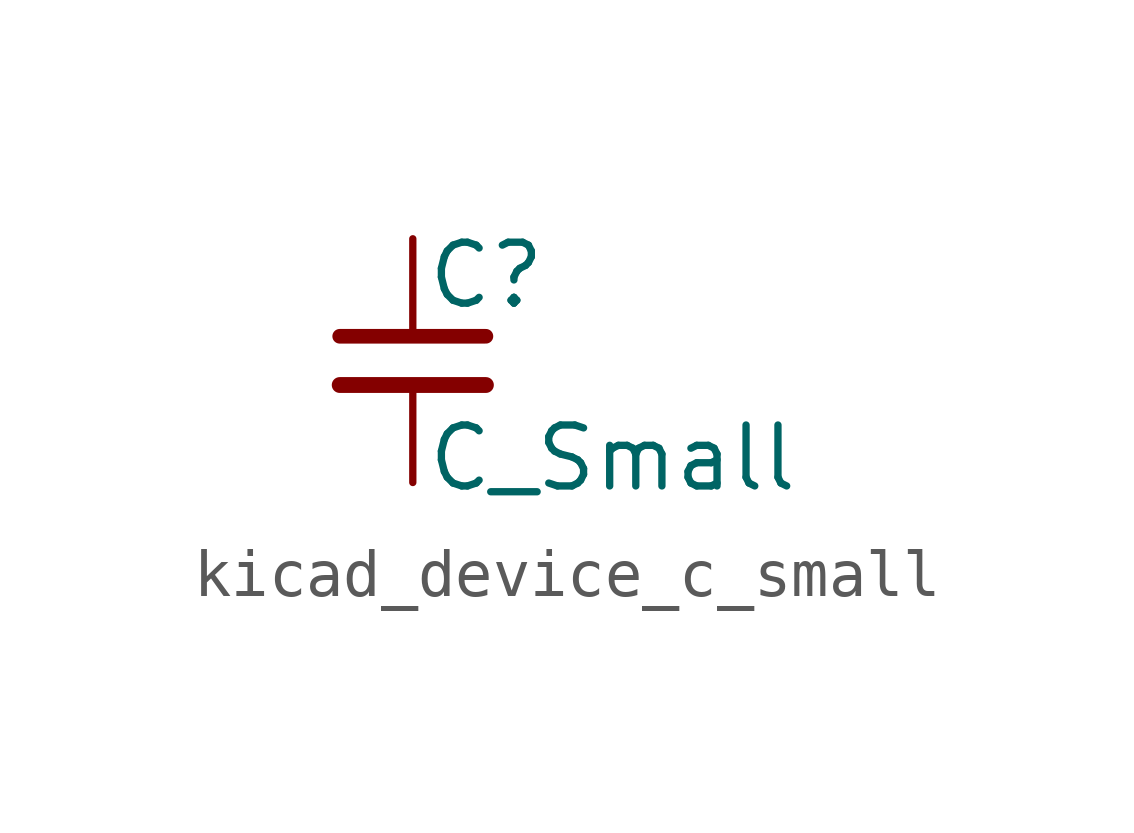
<source format=kicad_sym>
(kicad_symbol_lib
  (version 20220914)
  (generator kicad_symbol_editor)
  (symbol "kicad_device_c_small"
    (pin_numbers hide)
    (pin_names
      (offset 0.254) hide)
    (property "Reference" "C"
      (at 0.254 1.778 0)
      (effects (font (size 1.27 1.27)) (justify left)))
    (property "Value" "C_Small"
      (at 0.254 -2.032 0)
      (effects (font (size 1.27 1.27)) (justify left)))
    (symbol "kicad_device_c_small_0_1"
      (polyline (pts (xy -1.524 -0.508) (xy 1.524 -0.508)) (stroke (width 0.33) (type default)) (fill (type none)))
      (polyline (pts (xy -1.524 0.508) (xy 1.524 0.508)) (stroke (width 0.305) (type default)) (fill (type none))))
    (symbol "kicad_device_c_small_1_1"
      (pin passive line (at 0 2.54 270) (length 2.032) (name "~" (effects (font (size 1.27 1.27)))) (number "1" (effects (font (size 1.27 1.27)))))
      (pin passive line (at 0 -2.54 90) (length 2.032) (name "~" (effects (font (size 1.27 1.27)))) (number "2" (effects (font (size 1.27 1.27))))))))
</source>
